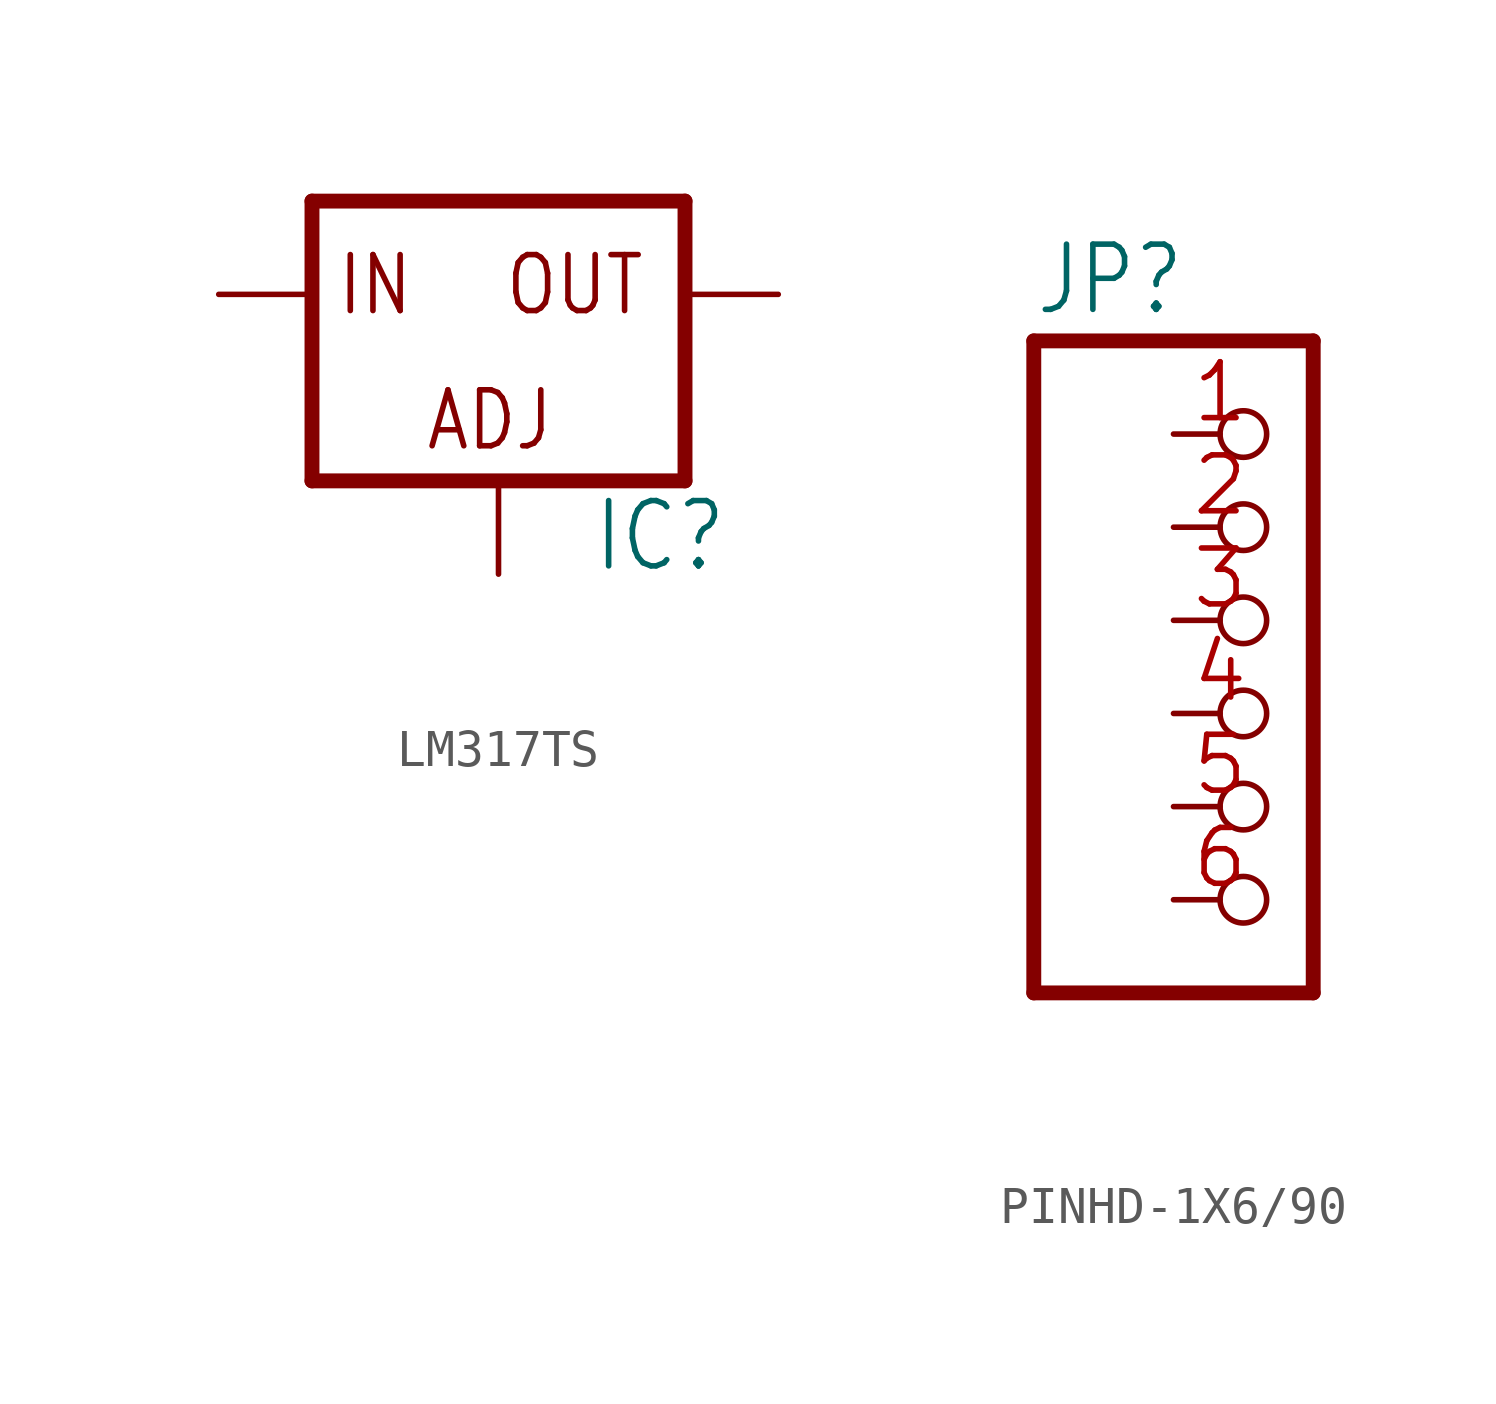
<source format=kicad_sym>
(kicad_symbol_lib
  (version 20241209)
  (generator "kicad_symbol_editor")
  (generator_version "9.0")
  (symbol "LM317TS"
    (property "Reference" "IC"
      (at 2.54 -7.62 0)
      (effects (font (size 1.778 1.511)) (justify left bottom)))
    (property "Value" ""
      (at 2.54 -10.16 0)
      (effects (font (size 1.778 1.511)) (justify left bottom)))
    (property "ki_locked" ""
      (at 0 0 0)
      (effects (font (size 1.27 1.27))))
    (symbol "LM317TS_1_0"
      (polyline (pts (xy -5.08 2.54) (xy -5.08 -5.08)) (stroke (width 0.406) (type solid)) (fill (type none)))
      (polyline (pts (xy -5.08 -5.08) (xy 5.08 -5.08)) (stroke (width 0.406) (type solid)) (fill (type none)))
      (polyline (pts (xy 5.08 2.54) (xy -5.08 2.54)) (stroke (width 0.406) (type solid)) (fill (type none)))
      (polyline (pts (xy 5.08 -5.08) (xy 5.08 2.54)) (stroke (width 0.406) (type solid)) (fill (type none)))
      (text "IN" (at -4.445 -0.635 0) (effects (font (size 1.524 1.295)) (justify left bottom)))
      (text "ADJ" (at -2.032 -4.318 0) (effects (font (size 1.524 1.295)) (justify left bottom)))
      (text "OUT" (at 0.127 -0.635 0) (effects (font (size 1.524 1.295)) (justify left bottom)))
      (pin input line (at -7.62 0 0) (length 2.54) (name "IN" (effects (font (size 0 0)))) (number "3" (effects (font (size 0 0)))))
      (pin input line (at 0 -7.62 90) (length 2.54) (name "ADJ" (effects (font (size 0 0)))) (number "1" (effects (font (size 0 0)))))
      (pin passive line (at 7.62 0 180) (length 2.54) (name "OUT" (effects (font (size 0 0)))) (number "2" (effects (font (size 0 0)))))))
  (symbol "PINHD-1X6/90"
    (property "Reference" "JP"
      (at -6.35 10.795 0)
      (effects (font (size 1.778 1.511)) (justify left bottom)))
    (property "Value" ""
      (at -6.35 -10.16 0)
      (effects (font (size 1.778 1.511)) (justify left bottom)))
    (property "ki_locked" ""
      (at 0 0 0)
      (effects (font (size 1.27 1.27))))
    (symbol "PINHD-1X6/90_1_0"
      (polyline (pts (xy -6.35 10.16) (xy -6.35 -7.62)) (stroke (width 0.406) (type solid)) (fill (type none)))
      (polyline (pts (xy -6.35 -7.62) (xy 1.27 -7.62)) (stroke (width 0.406) (type solid)) (fill (type none)))
      (polyline (pts (xy 1.27 10.16) (xy -6.35 10.16)) (stroke (width 0.406) (type solid)) (fill (type none)))
      (polyline (pts (xy 1.27 -7.62) (xy 1.27 10.16)) (stroke (width 0.406) (type solid)) (fill (type none)))
      (pin passive inverted (at -2.54 7.62 0) (length 2.54) (name "1" (effects (font (size 0 0)))) (number "1" (effects (font (size 1.524 1.524)))))
      (pin passive inverted (at -2.54 5.08 0) (length 2.54) (name "2" (effects (font (size 0 0)))) (number "2" (effects (font (size 1.524 1.524)))))
      (pin passive inverted (at -2.54 2.54 0) (length 2.54) (name "3" (effects (font (size 0 0)))) (number "3" (effects (font (size 1.524 1.524)))))
      (pin passive inverted (at -2.54 0 0) (length 2.54) (name "4" (effects (font (size 0 0)))) (number "4" (effects (font (size 1.524 1.524)))))
      (pin passive inverted (at -2.54 -2.54 0) (length 2.54) (name "5" (effects (font (size 0 0)))) (number "5" (effects (font (size 1.524 1.524)))))
      (pin passive inverted (at -2.54 -5.08 0) (length 2.54) (name "6" (effects (font (size 0 0)))) (number "6" (effects (font (size 1.524 1.524))))))))
</source>
